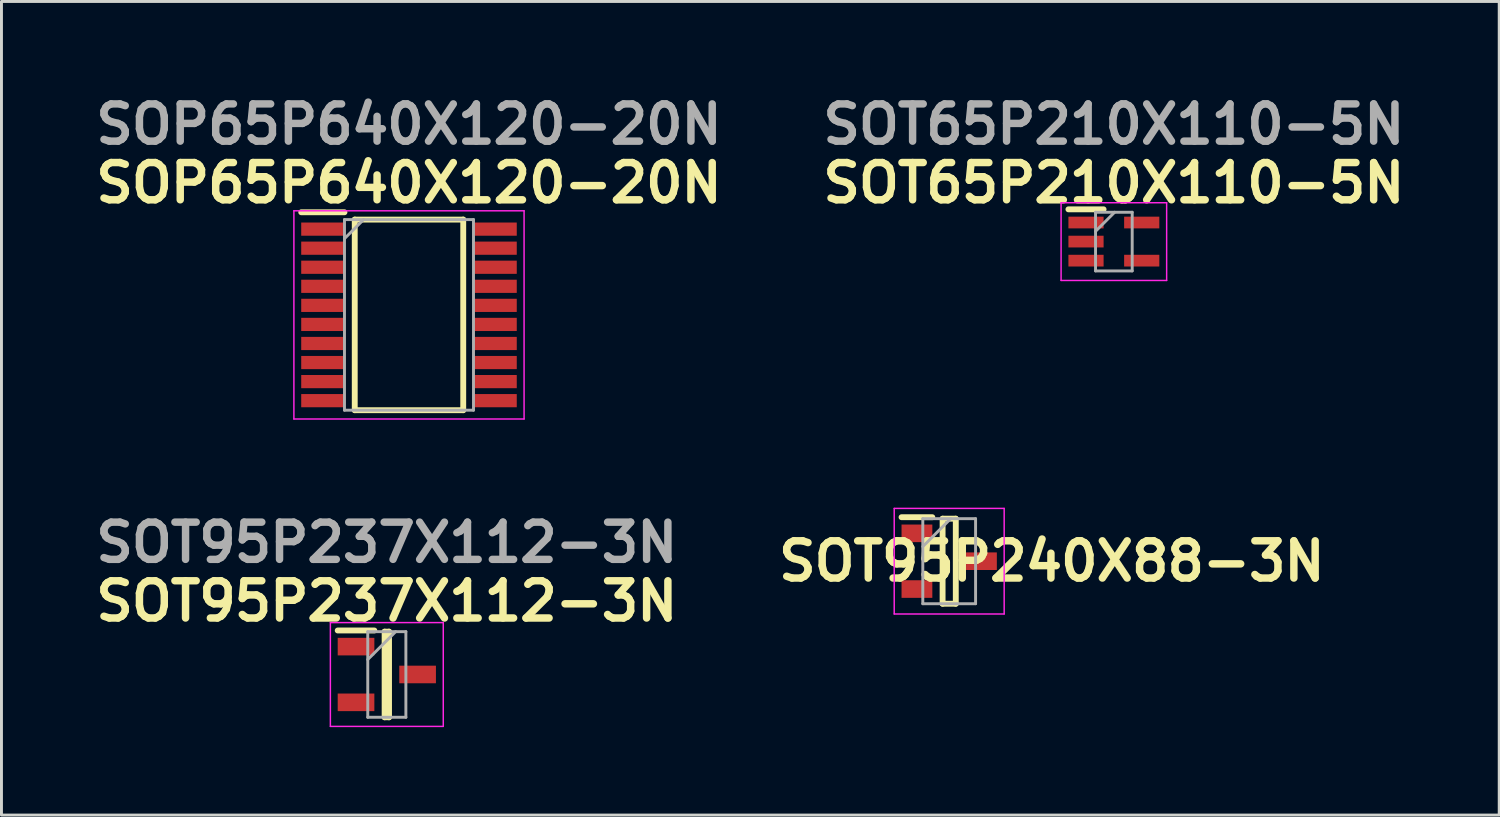
<source format=kicad_pcb>
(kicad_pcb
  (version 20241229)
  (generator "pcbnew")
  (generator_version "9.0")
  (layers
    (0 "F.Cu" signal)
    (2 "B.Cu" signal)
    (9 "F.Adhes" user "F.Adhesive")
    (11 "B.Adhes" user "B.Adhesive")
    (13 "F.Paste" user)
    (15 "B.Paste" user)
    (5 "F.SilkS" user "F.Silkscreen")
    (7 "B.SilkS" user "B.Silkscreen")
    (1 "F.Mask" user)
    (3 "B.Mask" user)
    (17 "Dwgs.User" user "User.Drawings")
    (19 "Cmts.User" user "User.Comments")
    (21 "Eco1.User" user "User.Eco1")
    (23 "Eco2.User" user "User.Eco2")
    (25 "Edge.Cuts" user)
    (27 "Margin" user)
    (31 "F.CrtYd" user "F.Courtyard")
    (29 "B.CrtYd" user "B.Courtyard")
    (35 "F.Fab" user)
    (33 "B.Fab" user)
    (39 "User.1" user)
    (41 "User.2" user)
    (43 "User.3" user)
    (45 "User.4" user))
  (footprint "SOP65P640X120-20N"
    (layer "F.Cu")
    (at 10.898 7.689)
    (property "Reference" "SOP65P640X120-20N" (at 0 -4.5 0) (layer "F.SilkS") (effects (font (size 1.27 1.27) (thickness 0.254))))
    (attr smd)
    (fp_line (start -3.675 -3.5) (end -2.2 -3.5) (stroke (width 0.2) (type solid)) (layer "F.SilkS"))
    (fp_line (start -1.85 -3.25) (end 1.85 -3.25) (stroke (width 0.2) (type solid)) (layer "F.SilkS"))
    (fp_line (start -1.85 3.25) (end -1.85 -3.25) (stroke (width 0.2) (type solid)) (layer "F.SilkS"))
    (fp_line (start 1.85 -3.25) (end 1.85 3.25) (stroke (width 0.2) (type solid)) (layer "F.SilkS"))
    (fp_line (start 1.85 3.25) (end -1.85 3.25) (stroke (width 0.2) (type solid)) (layer "F.SilkS"))
    (fp_line (start -3.925 -3.55) (end 3.925 -3.55) (stroke (width 0.05) (type solid)) (layer "F.CrtYd"))
    (fp_line (start -3.925 3.55) (end -3.925 -3.55) (stroke (width 0.05) (type solid)) (layer "F.CrtYd"))
    (fp_line (start 3.925 -3.55) (end 3.925 3.55) (stroke (width 0.05) (type solid)) (layer "F.CrtYd"))
    (fp_line (start 3.925 3.55) (end -3.925 3.55) (stroke (width 0.05) (type solid)) (layer "F.CrtYd"))
    (fp_line (start -2.2 -3.25) (end 2.2 -3.25) (stroke (width 0.1) (type solid)) (layer "F.Fab"))
    (fp_line (start -2.2 -2.6) (end -1.55 -3.25) (stroke (width 0.1) (type solid)) (layer "F.Fab"))
    (fp_line (start -2.2 3.25) (end -2.2 -3.25) (stroke (width 0.1) (type solid)) (layer "F.Fab"))
    (fp_line (start 2.2 -3.25) (end 2.2 3.25) (stroke (width 0.1) (type solid)) (layer "F.Fab"))
    (fp_line (start 2.2 3.25) (end -2.2 3.25) (stroke (width 0.1) (type solid)) (layer "F.Fab"))
    (fp_text user "${REFERENCE}" (at 0 -6.5 0) (layer "F.Fab") (effects (font (size 1.27 1.27) (thickness 0.254))))
    (pad "1" smd rect (at -2.938 -2.925 90) (size 0.45 1.475) (layers "F.Cu" "F.Mask" "F.Paste"))
    (pad "2" smd rect (at -2.938 -2.275 90) (size 0.45 1.475) (layers "F.Cu" "F.Mask" "F.Paste"))
    (pad "3" smd rect (at -2.938 -1.625 90) (size 0.45 1.475) (layers "F.Cu" "F.Mask" "F.Paste"))
    (pad "4" smd rect (at -2.938 -0.975 90) (size 0.45 1.475) (layers "F.Cu" "F.Mask" "F.Paste"))
    (pad "5" smd rect (at -2.938 -0.325 90) (size 0.45 1.475) (layers "F.Cu" "F.Mask" "F.Paste"))
    (pad "6" smd rect (at -2.938 0.325 90) (size 0.45 1.475) (layers "F.Cu" "F.Mask" "F.Paste"))
    (pad "7" smd rect (at -2.938 0.975 90) (size 0.45 1.475) (layers "F.Cu" "F.Mask" "F.Paste"))
    (pad "8" smd rect (at -2.938 1.625 90) (size 0.45 1.475) (layers "F.Cu" "F.Mask" "F.Paste"))
    (pad "9" smd rect (at -2.938 2.275 90) (size 0.45 1.475) (layers "F.Cu" "F.Mask" "F.Paste"))
    (pad "10" smd rect (at -2.938 2.925 90) (size 0.45 1.475) (layers "F.Cu" "F.Mask" "F.Paste"))
    (pad "11" smd rect (at 2.938 2.925 90) (size 0.45 1.475) (layers "F.Cu" "F.Mask" "F.Paste"))
    (pad "12" smd rect (at 2.938 2.275 90) (size 0.45 1.475) (layers "F.Cu" "F.Mask" "F.Paste"))
    (pad "13" smd rect (at 2.938 1.625 90) (size 0.45 1.475) (layers "F.Cu" "F.Mask" "F.Paste"))
    (pad "14" smd rect (at 2.938 0.975 90) (size 0.45 1.475) (layers "F.Cu" "F.Mask" "F.Paste"))
    (pad "15" smd rect (at 2.938 0.325 90) (size 0.45 1.475) (layers "F.Cu" "F.Mask" "F.Paste"))
    (pad "16" smd rect (at 2.938 -0.325 90) (size 0.45 1.475) (layers "F.Cu" "F.Mask" "F.Paste"))
    (pad "17" smd rect (at 2.938 -0.975 90) (size 0.45 1.475) (layers "F.Cu" "F.Mask" "F.Paste"))
    (pad "18" smd rect (at 2.938 -1.625 90) (size 0.45 1.475) (layers "F.Cu" "F.Mask" "F.Paste"))
    (pad "19" smd rect (at 2.938 -2.275 90) (size 0.45 1.475) (layers "F.Cu" "F.Mask" "F.Paste"))
    (pad "20" smd rect (at 2.938 -2.925 90) (size 0.45 1.475) (layers "F.Cu" "F.Mask" "F.Paste")))
  (footprint "SOT65P210X110-5N"
    (layer "F.Cu")
    (at 34.937 5.189)
    (property "Reference" "SOT65P210X110-5N" (at 0 -2 0) (layer "F.SilkS") (effects (font (size 1.27 1.27) (thickness 0.254))))
    (attr smd)
    (fp_line (start -1.55 -1.1) (end -0.35 -1.1) (stroke (width 0.2) (type solid)) (layer "F.SilkS"))
    (fp_line (start -1.8 -1.325) (end 1.8 -1.325) (stroke (width 0.05) (type solid)) (layer "F.CrtYd"))
    (fp_line (start -1.8 1.325) (end -1.8 -1.325) (stroke (width 0.05) (type solid)) (layer "F.CrtYd"))
    (fp_line (start 1.8 -1.325) (end 1.8 1.325) (stroke (width 0.05) (type solid)) (layer "F.CrtYd"))
    (fp_line (start 1.8 1.325) (end -1.8 1.325) (stroke (width 0.05) (type solid)) (layer "F.CrtYd"))
    (fp_line (start -0.625 -1) (end 0.625 -1) (stroke (width 0.1) (type solid)) (layer "F.Fab"))
    (fp_line (start -0.625 -0.35) (end 0.025 -1) (stroke (width 0.1) (type solid)) (layer "F.Fab"))
    (fp_line (start -0.625 1) (end -0.625 -1) (stroke (width 0.1) (type solid)) (layer "F.Fab"))
    (fp_line (start 0.625 -1) (end 0.625 1) (stroke (width 0.1) (type solid)) (layer "F.Fab"))
    (fp_line (start 0.625 1) (end -0.625 1) (stroke (width 0.1) (type solid)) (layer "F.Fab"))
    (fp_text user "${REFERENCE}" (at 0 -4 0) (layer "F.Fab") (effects (font (size 1.27 1.27) (thickness 0.254))))
    (pad "1" smd rect (at -0.95 -0.65 90) (size 0.4 1.2) (layers "F.Cu" "F.Mask" "F.Paste"))
    (pad "2" smd rect (at -0.95 0 90) (size 0.4 1.2) (layers "F.Cu" "F.Mask" "F.Paste"))
    (pad "3" smd rect (at -0.95 0.65 90) (size 0.4 1.2) (layers "F.Cu" "F.Mask" "F.Paste"))
    (pad "4" smd rect (at 0.95 0.65 90) (size 0.4 1.2) (layers "F.Cu" "F.Mask" "F.Paste"))
    (pad "5" smd rect (at 0.95 -0.65 90) (size 0.4 1.2) (layers "F.Cu" "F.Mask" "F.Paste")))
  (footprint "SOT95P240X88-3N"
    (layer "F.Cu")
    (at 29.321 16.089)
    (property "Reference" "SOT95P240X88-3N" (at 3.5 0 0) (layer "F.SilkS") (effects (font (size 1.27 1.27) (thickness 0.254))))
    (attr smd)
    (fp_line (start -1.625 -1.5) (end -0.575 -1.5) (stroke (width 0.2) (type solid)) (layer "F.SilkS"))
    (fp_line (start -0.225 -1.45) (end 0.225 -1.45) (stroke (width 0.2) (type solid)) (layer "F.SilkS"))
    (fp_line (start -0.225 1.45) (end -0.225 -1.45) (stroke (width 0.2) (type solid)) (layer "F.SilkS"))
    (fp_line (start 0.225 -1.45) (end 0.225 1.45) (stroke (width 0.2) (type solid)) (layer "F.SilkS"))
    (fp_line (start 0.225 1.45) (end -0.225 1.45) (stroke (width 0.2) (type solid)) (layer "F.SilkS"))
    (fp_line (start -1.875 -1.8) (end 1.875 -1.8) (stroke (width 0.05) (type solid)) (layer "F.CrtYd"))
    (fp_line (start -1.875 1.8) (end -1.875 -1.8) (stroke (width 0.05) (type solid)) (layer "F.CrtYd"))
    (fp_line (start 1.875 -1.8) (end 1.875 1.8) (stroke (width 0.05) (type solid)) (layer "F.CrtYd"))
    (fp_line (start 1.875 1.8) (end -1.875 1.8) (stroke (width 0.05) (type solid)) (layer "F.CrtYd"))
    (fp_line (start -0.9 -1.45) (end 0.9 -1.45) (stroke (width 0.1) (type solid)) (layer "F.Fab"))
    (fp_line (start -0.9 -0.5) (end 0.05 -1.45) (stroke (width 0.1) (type solid)) (layer "F.Fab"))
    (fp_line (start -0.9 1.45) (end -0.9 -1.45) (stroke (width 0.1) (type solid)) (layer "F.Fab"))
    (fp_line (start 0.9 -1.45) (end 0.9 1.45) (stroke (width 0.1) (type solid)) (layer "F.Fab"))
    (fp_line (start 0.9 1.45) (end -0.9 1.45) (stroke (width 0.1) (type solid)) (layer "F.Fab"))
    (pad "1" smd rect (at -1.1 -0.95 90) (size 0.6 1.05) (layers "F.Cu" "F.Mask" "F.Paste"))
    (pad "2" smd rect (at -1.1 0.95 90) (size 0.6 1.05) (layers "F.Cu" "F.Mask" "F.Paste"))
    (pad "3" smd rect (at 1.1 0 90) (size 0.6 1.05) (layers "F.Cu" "F.Mask" "F.Paste")))
  (footprint "SOT95P237X112-3N"
    (layer "F.Cu")
    (at 10.142 19.952)
    (property "Reference" "SOT95P237X112-3N" (at 0 -2.5 0) (layer "F.SilkS") (effects (font (size 1.27 1.27) (thickness 0.254))))
    (attr smd)
    (fp_line (start -1.675 -1.5) (end -0.425 -1.5) (stroke (width 0.2) (type solid)) (layer "F.SilkS"))
    (fp_line (start -0.075 -1.46) (end 0.075 -1.46) (stroke (width 0.2) (type solid)) (layer "F.SilkS"))
    (fp_line (start -0.075 1.46) (end -0.075 -1.46) (stroke (width 0.2) (type solid)) (layer "F.SilkS"))
    (fp_line (start 0.075 -1.46) (end 0.075 1.46) (stroke (width 0.2) (type solid)) (layer "F.SilkS"))
    (fp_line (start 0.075 1.46) (end -0.075 1.46) (stroke (width 0.2) (type solid)) (layer "F.SilkS"))
    (fp_line (start -1.925 -1.77) (end 1.925 -1.77) (stroke (width 0.05) (type solid)) (layer "F.CrtYd"))
    (fp_line (start -1.925 1.77) (end -1.925 -1.77) (stroke (width 0.05) (type solid)) (layer "F.CrtYd"))
    (fp_line (start 1.925 -1.77) (end 1.925 1.77) (stroke (width 0.05) (type solid)) (layer "F.CrtYd"))
    (fp_line (start 1.925 1.77) (end -1.925 1.77) (stroke (width 0.05) (type solid)) (layer "F.CrtYd"))
    (fp_line (start -0.65 -1.46) (end 0.65 -1.46) (stroke (width 0.1) (type solid)) (layer "F.Fab"))
    (fp_line (start -0.65 -0.51) (end 0.3 -1.46) (stroke (width 0.1) (type solid)) (layer "F.Fab"))
    (fp_line (start -0.65 1.46) (end -0.65 -1.46) (stroke (width 0.1) (type solid)) (layer "F.Fab"))
    (fp_line (start 0.65 -1.46) (end 0.65 1.46) (stroke (width 0.1) (type solid)) (layer "F.Fab"))
    (fp_line (start 0.65 1.46) (end -0.65 1.46) (stroke (width 0.1) (type solid)) (layer "F.Fab"))
    (fp_text user "${REFERENCE}" (at 0 -4.5 0) (layer "F.Fab") (effects (font (size 1.27 1.27) (thickness 0.254))))
    (pad "1" smd rect (at -1.05 -0.95 90) (size 0.6 1.25) (layers "F.Cu" "F.Mask" "F.Paste"))
    (pad "2" smd rect (at -1.05 0.95 90) (size 0.6 1.25) (layers "F.Cu" "F.Mask" "F.Paste"))
    (pad "3" smd rect (at 1.05 0 90) (size 0.6 1.25) (layers "F.Cu" "F.Mask" "F.Paste")))
  (gr_rect
    (start -3 -3)
    (end 48.079 24.747)
    (stroke (width 0.1) (type default))
    (fill no)
    (layer "Edge.Cuts")))
</source>
